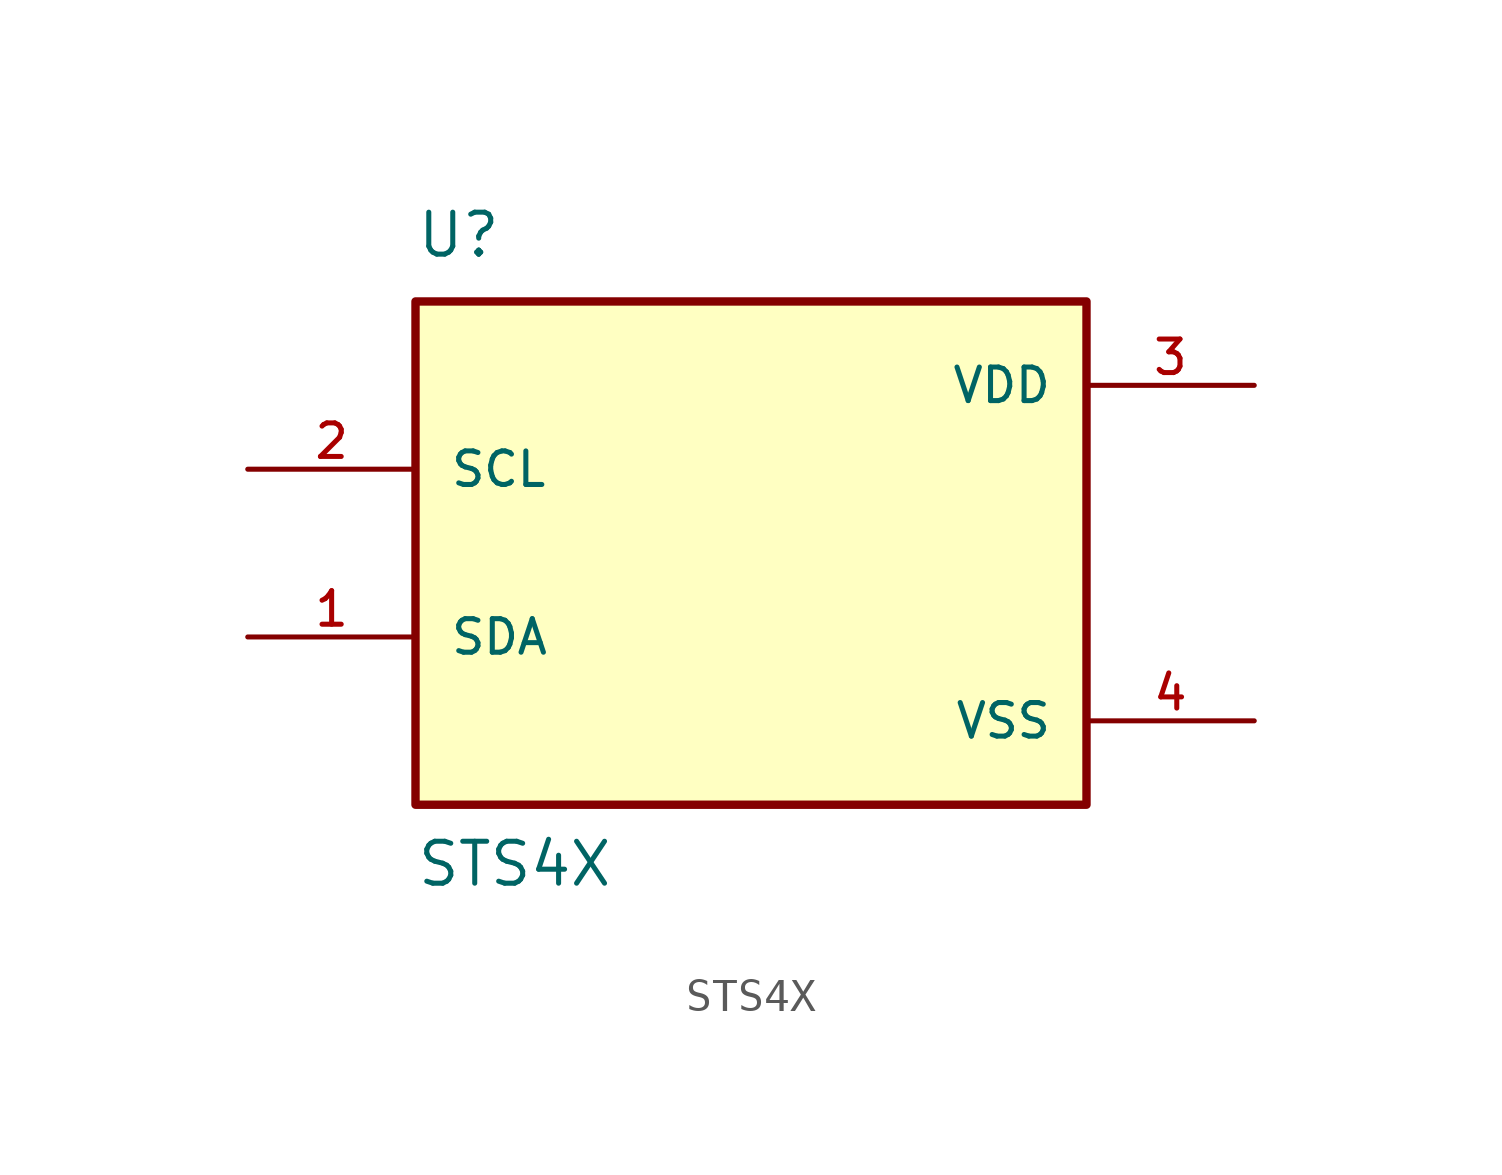
<source format=kicad_sym>
(kicad_symbol_lib
  (version 20211014)
  (generator kicad_symbol_editor)
  (symbol "STS4X"
    (pin_names
      (offset 1.016))
    (property "Reference" "U"
      (at -10.16 8.89 0)
      (effects (font (size 1.27 1.27)) (justify bottom left)))
    (property "Value" "STS4X"
      (at -10.16 -10.16 0)
      (effects (font (size 1.27 1.27)) (justify bottom left)))
    (symbol "STS4X_0_0"
      (rectangle (start -10.16 -7.62) (end 10.16 7.62) (stroke (width 0.254)) (fill (type background)))
      (pin input line (at -15.24 2.54 0) (length 5.08) (name "SCL" (effects (font (size 1.016 1.016)))) (number "2" (effects (font (size 1.016 1.016)))))
      (pin bidirectional line (at -15.24 -2.54 0) (length 5.08) (name "SDA" (effects (font (size 1.016 1.016)))) (number "1" (effects (font (size 1.016 1.016)))))
      (pin power_in line (at 15.24 5.08 180.0) (length 5.08) (name "VDD" (effects (font (size 1.016 1.016)))) (number "3" (effects (font (size 1.016 1.016)))))
      (pin power_in line (at 15.24 -5.08 180.0) (length 5.08) (name "VSS" (effects (font (size 1.016 1.016)))) (number "4" (effects (font (size 1.016 1.016))))))))
</source>
